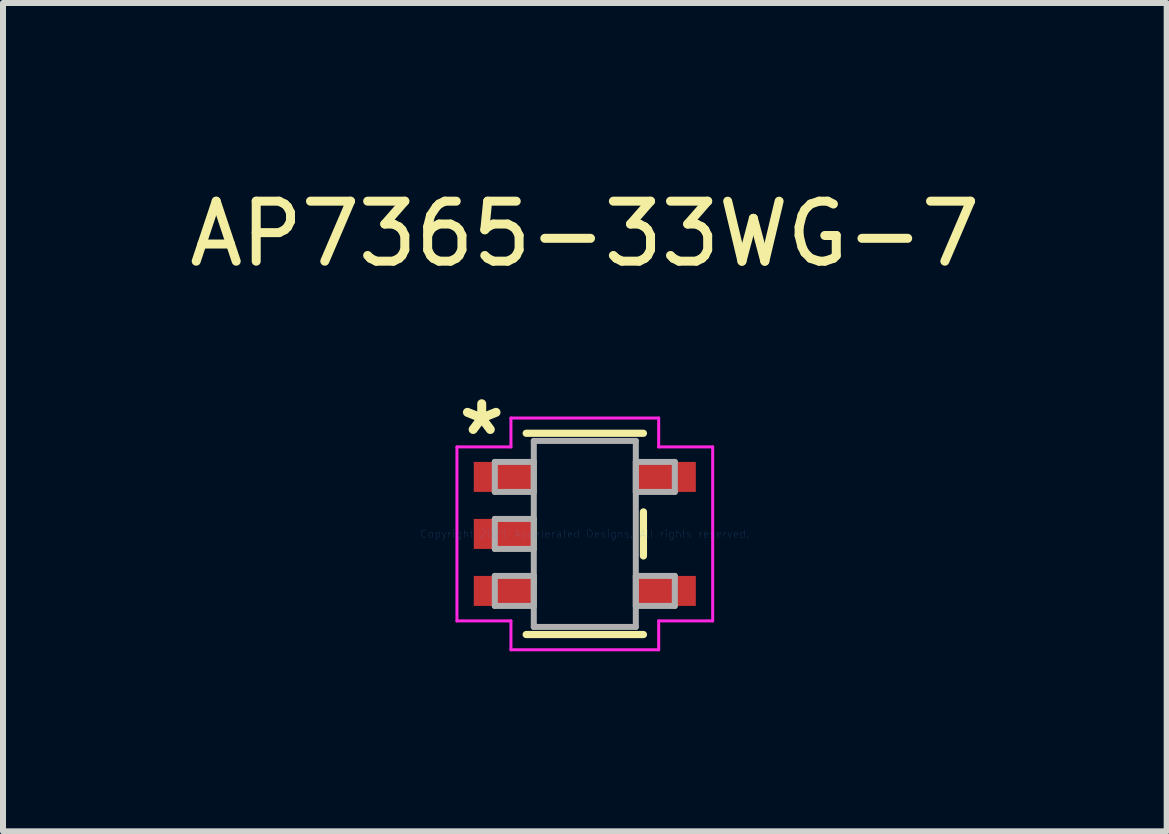
<source format=kicad_pcb>
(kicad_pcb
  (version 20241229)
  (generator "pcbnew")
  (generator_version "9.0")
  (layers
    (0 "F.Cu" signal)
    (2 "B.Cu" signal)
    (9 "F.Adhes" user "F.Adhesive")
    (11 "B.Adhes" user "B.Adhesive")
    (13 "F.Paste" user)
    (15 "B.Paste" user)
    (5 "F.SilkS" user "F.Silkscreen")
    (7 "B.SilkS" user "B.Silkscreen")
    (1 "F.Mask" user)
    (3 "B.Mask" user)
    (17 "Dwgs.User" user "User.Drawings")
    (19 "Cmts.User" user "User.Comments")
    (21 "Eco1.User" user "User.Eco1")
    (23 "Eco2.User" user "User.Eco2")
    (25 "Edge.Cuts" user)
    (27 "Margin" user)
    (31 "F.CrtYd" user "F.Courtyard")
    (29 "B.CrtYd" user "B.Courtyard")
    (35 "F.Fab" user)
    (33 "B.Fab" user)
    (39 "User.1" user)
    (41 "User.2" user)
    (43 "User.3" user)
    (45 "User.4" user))
  (footprint "AP7365-33WG-7"
    (layer "F.Cu")
    (at 6.696 5.848)
    (property "Reference" "AP7365-33WG-7" (at 0 -5 0) (layer "F.SilkS") (effects (font (size 1 1) (thickness 0.15))))
    (attr through_hole)
    (fp_line (start -0.977 1.677) (end 0.977 1.677) (stroke (width 0.12) (type solid)) (layer "F.SilkS"))
    (fp_line (start 0.977 -1.677) (end -0.977 -1.677) (stroke (width 0.12) (type solid)) (layer "F.SilkS"))
    (fp_line (start 0.977 0.367) (end 0.977 -0.367) (stroke (width 0.12) (type solid)) (layer "F.SilkS"))
    (fp_line (start -2.131 -1.45) (end -1.231 -1.45) (stroke (width 0.05) (type solid)) (layer "F.CrtYd"))
    (fp_line (start -2.131 1.45) (end -2.131 -1.45) (stroke (width 0.05) (type solid)) (layer "F.CrtYd"))
    (fp_line (start -1.231 -1.931) (end 1.231 -1.931) (stroke (width 0.05) (type solid)) (layer "F.CrtYd"))
    (fp_line (start -1.231 -1.45) (end -1.231 -1.931) (stroke (width 0.05) (type solid)) (layer "F.CrtYd"))
    (fp_line (start -1.231 1.45) (end -2.131 1.45) (stroke (width 0.05) (type solid)) (layer "F.CrtYd"))
    (fp_line (start -1.231 1.931) (end -1.231 1.45) (stroke (width 0.05) (type solid)) (layer "F.CrtYd"))
    (fp_line (start 1.231 -1.931) (end 1.231 -1.45) (stroke (width 0.05) (type solid)) (layer "F.CrtYd"))
    (fp_line (start 1.231 -1.45) (end 2.131 -1.45) (stroke (width 0.05) (type solid)) (layer "F.CrtYd"))
    (fp_line (start 1.231 1.45) (end 1.231 1.931) (stroke (width 0.05) (type solid)) (layer "F.CrtYd"))
    (fp_line (start 1.231 1.931) (end -1.231 1.931) (stroke (width 0.05) (type solid)) (layer "F.CrtYd"))
    (fp_line (start 2.131 -1.45) (end 2.131 1.45) (stroke (width 0.05) (type solid)) (layer "F.CrtYd"))
    (fp_line (start 2.131 1.45) (end 1.231 1.45) (stroke (width 0.05) (type solid)) (layer "F.CrtYd"))
    (fp_line (start -1.5 -1.2) (end -1.5 -0.7) (stroke (width 0.1) (type solid)) (layer "F.Fab"))
    (fp_line (start -1.5 -0.7) (end -0.85 -0.7) (stroke (width 0.1) (type solid)) (layer "F.Fab"))
    (fp_line (start -1.5 -0.25) (end -1.5 0.25) (stroke (width 0.1) (type solid)) (layer "F.Fab"))
    (fp_line (start -1.5 0.25) (end -0.85 0.25) (stroke (width 0.1) (type solid)) (layer "F.Fab"))
    (fp_line (start -1.5 0.7) (end -1.5 1.2) (stroke (width 0.1) (type solid)) (layer "F.Fab"))
    (fp_line (start -1.5 1.2) (end -0.85 1.2) (stroke (width 0.1) (type solid)) (layer "F.Fab"))
    (fp_line (start -0.85 -1.55) (end -0.85 1.55) (stroke (width 0.1) (type solid)) (layer "F.Fab"))
    (fp_line (start -0.85 -1.2) (end -1.5 -1.2) (stroke (width 0.1) (type solid)) (layer "F.Fab"))
    (fp_line (start -0.85 -0.7) (end -0.85 -1.2) (stroke (width 0.1) (type solid)) (layer "F.Fab"))
    (fp_line (start -0.85 -0.25) (end -1.5 -0.25) (stroke (width 0.1) (type solid)) (layer "F.Fab"))
    (fp_line (start -0.85 0.25) (end -0.85 -0.25) (stroke (width 0.1) (type solid)) (layer "F.Fab"))
    (fp_line (start -0.85 0.7) (end -1.5 0.7) (stroke (width 0.1) (type solid)) (layer "F.Fab"))
    (fp_line (start -0.85 1.2) (end -0.85 0.7) (stroke (width 0.1) (type solid)) (layer "F.Fab"))
    (fp_line (start -0.85 1.55) (end 0.85 1.55) (stroke (width 0.1) (type solid)) (layer "F.Fab"))
    (fp_line (start 0.85 -1.55) (end -0.85 -1.55) (stroke (width 0.1) (type solid)) (layer "F.Fab"))
    (fp_line (start 0.85 -1.2) (end 0.85 -0.7) (stroke (width 0.1) (type solid)) (layer "F.Fab"))
    (fp_line (start 0.85 -0.7) (end 1.5 -0.7) (stroke (width 0.1) (type solid)) (layer "F.Fab"))
    (fp_line (start 0.85 0.7) (end 0.85 1.2) (stroke (width 0.1) (type solid)) (layer "F.Fab"))
    (fp_line (start 0.85 1.2) (end 1.5 1.2) (stroke (width 0.1) (type solid)) (layer "F.Fab"))
    (fp_line (start 0.85 1.55) (end 0.85 -1.55) (stroke (width 0.1) (type solid)) (layer "F.Fab"))
    (fp_line (start 1.5 -1.2) (end 0.85 -1.2) (stroke (width 0.1) (type solid)) (layer "F.Fab"))
    (fp_line (start 1.5 -0.7) (end 1.5 -1.2) (stroke (width 0.1) (type solid)) (layer "F.Fab"))
    (fp_line (start 1.5 0.7) (end 0.85 0.7) (stroke (width 0.1) (type solid)) (layer "F.Fab"))
    (fp_line (start 1.5 1.2) (end 1.5 0.7) (stroke (width 0.1) (type solid)) (layer "F.Fab"))
    (fp_text user "*" (at -1.718 -1.624 0) (layer "F.SilkS") (effects (font (size 1 1) (thickness 0.15))))
    (fp_text user "Copyright 2021 Accelerated Designs. All rights reserved." (at 0 0 0) (layer "Cmts.User") (effects (font (size 0.127 0.127) (thickness 0.002))))
    (pad "1" smd rect (at -1.35 -0.95) (size 1 0.5) (layers "F.Cu" "F.Mask" "F.Paste"))
    (pad "2" smd rect (at -1.35 0) (size 1 0.5) (layers "F.Cu" "F.Mask" "F.Paste"))
    (pad "3" smd rect (at -1.35 0.95) (size 1 0.5) (layers "F.Cu" "F.Mask" "F.Paste"))
    (pad "4" smd rect (at 1.35 0.95) (size 1 0.5) (layers "F.Cu" "F.Mask" "F.Paste"))
    (pad "5" smd rect (at 1.35 -0.95) (size 1 0.5) (layers "F.Cu" "F.Mask" "F.Paste")))
  (gr_rect
    (start -3 -3)
    (end 16.393 10.804)
    (stroke (width 0.1) (type default))
    (fill no)
    (layer "Edge.Cuts")))
</source>
